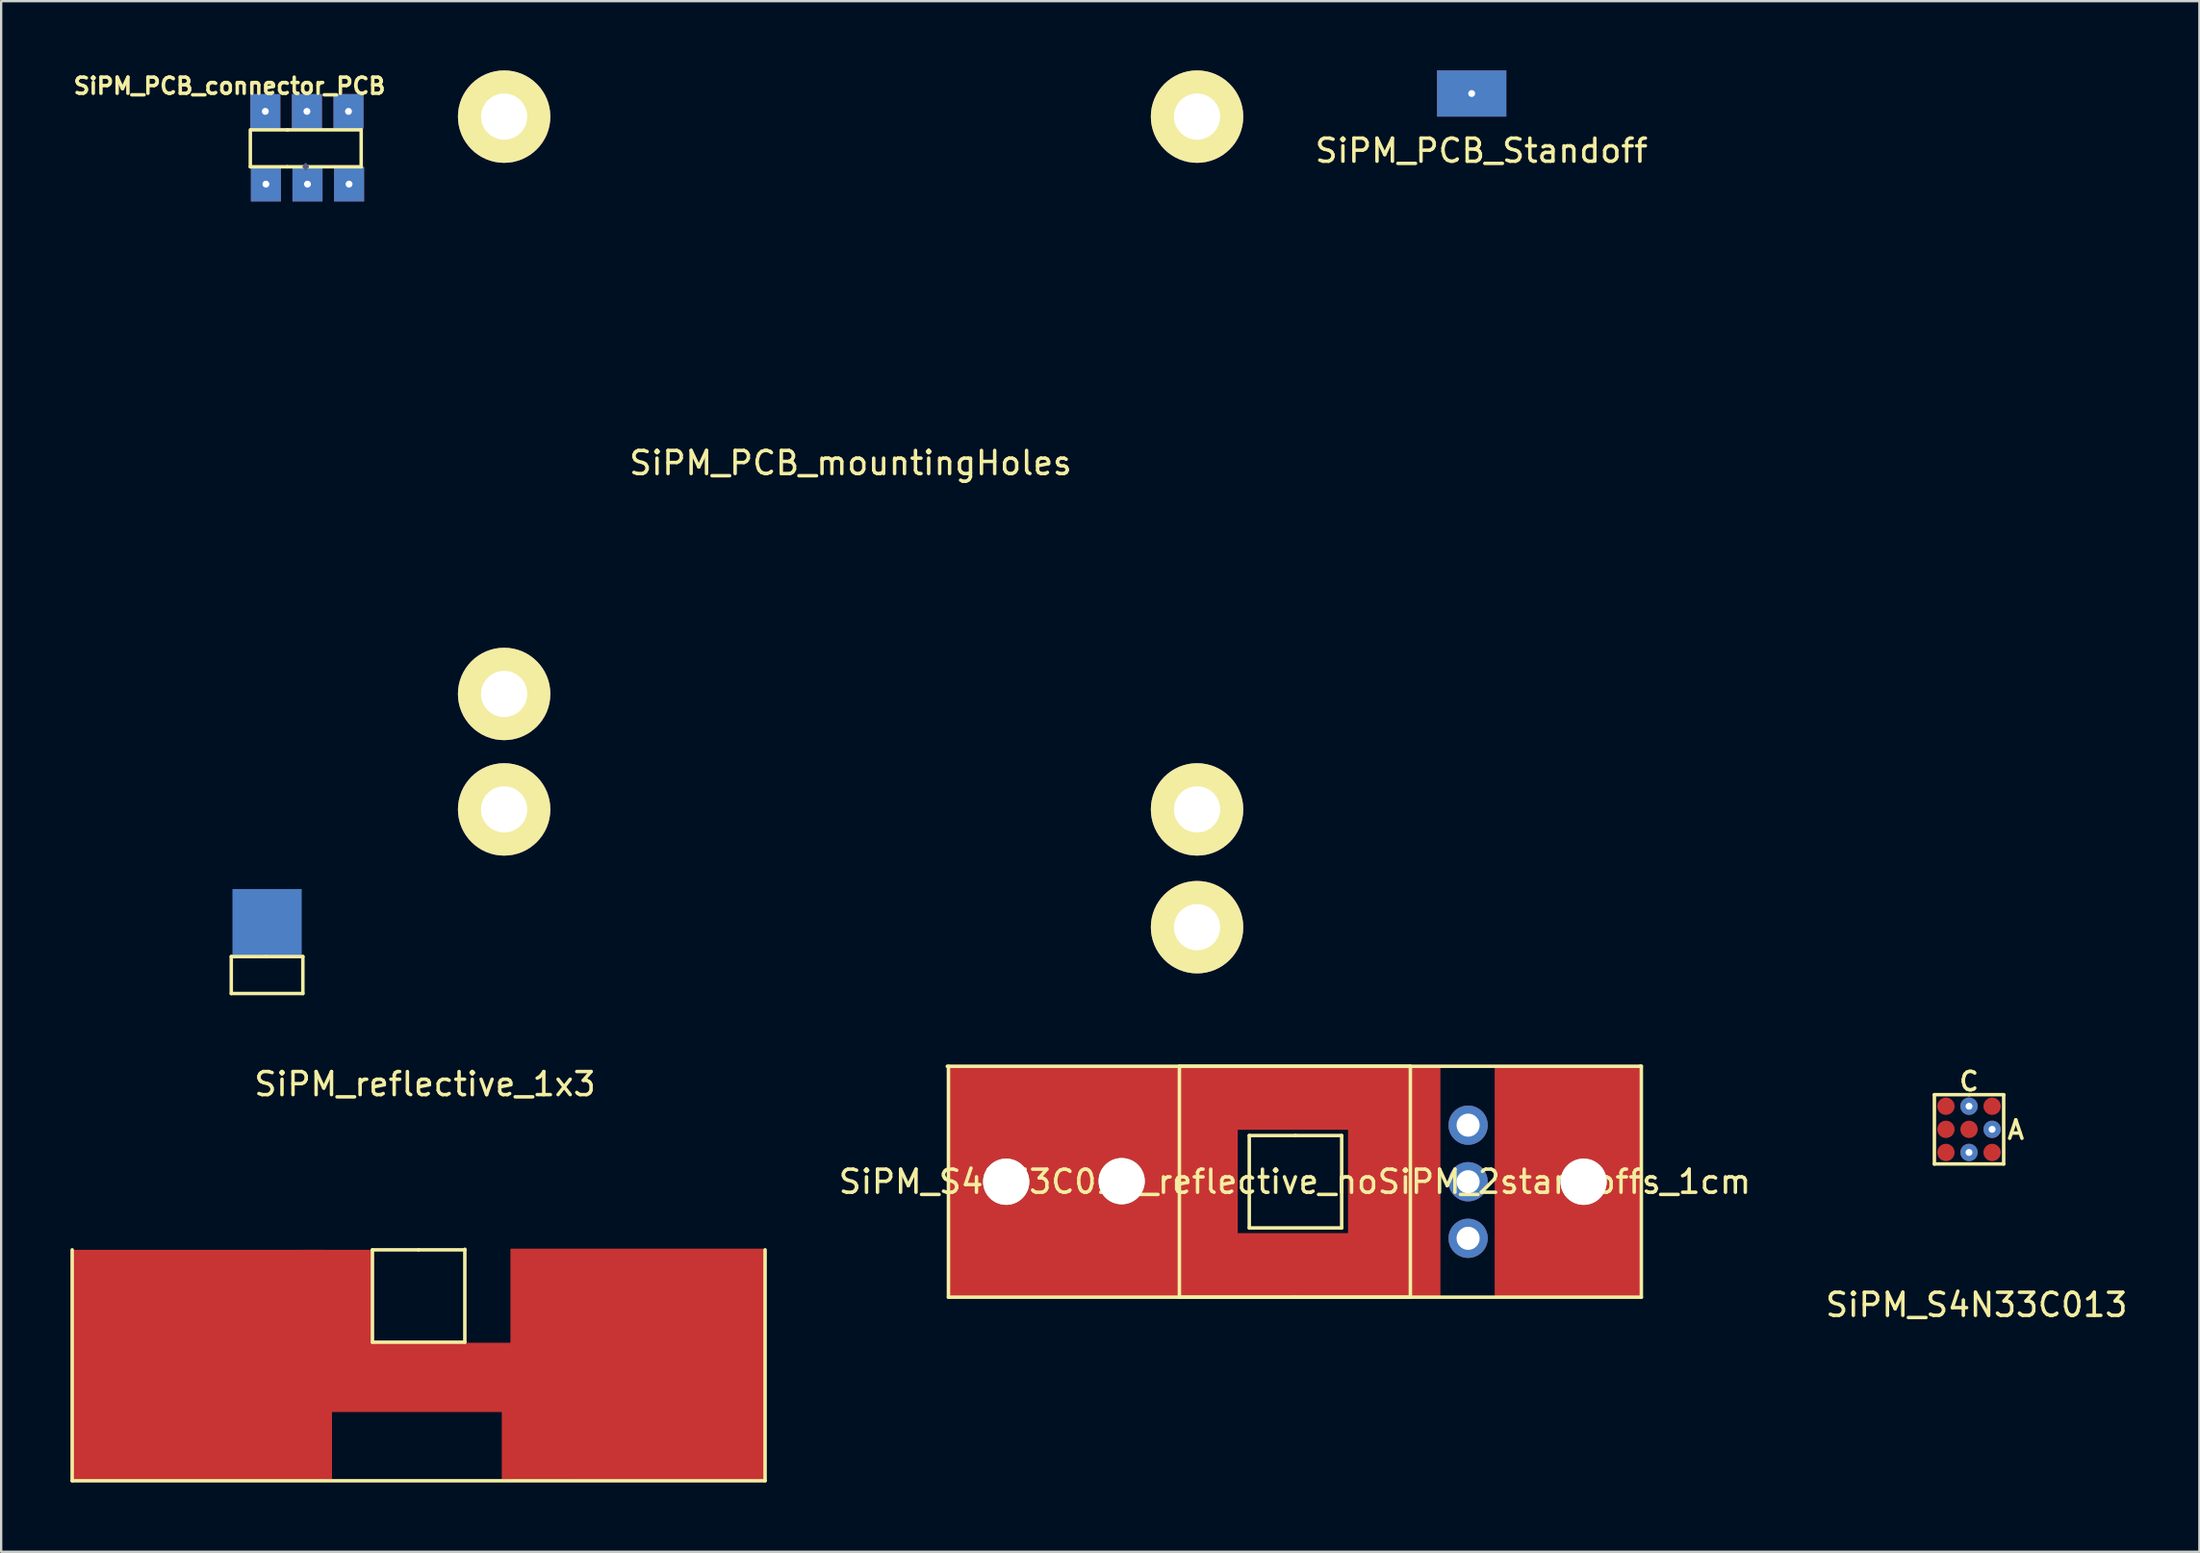
<source format=kicad_pcb>
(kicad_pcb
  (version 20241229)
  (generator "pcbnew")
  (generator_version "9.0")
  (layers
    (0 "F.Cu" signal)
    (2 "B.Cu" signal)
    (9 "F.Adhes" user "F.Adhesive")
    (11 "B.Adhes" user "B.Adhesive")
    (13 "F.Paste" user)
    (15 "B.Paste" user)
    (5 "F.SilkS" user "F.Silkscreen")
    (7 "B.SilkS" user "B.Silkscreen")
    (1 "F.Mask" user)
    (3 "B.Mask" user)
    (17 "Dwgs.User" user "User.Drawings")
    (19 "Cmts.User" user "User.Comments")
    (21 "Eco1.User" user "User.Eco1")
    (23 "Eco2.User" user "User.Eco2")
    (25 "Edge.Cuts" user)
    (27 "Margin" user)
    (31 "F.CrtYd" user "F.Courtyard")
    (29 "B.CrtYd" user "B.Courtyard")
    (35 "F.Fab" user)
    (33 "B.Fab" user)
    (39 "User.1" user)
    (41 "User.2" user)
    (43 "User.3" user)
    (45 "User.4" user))
  (footprint "SiPM_S4N33C013"
    (layer "F.Cu")
    (at 82.2 45.854)
    (property "Reference" "SiPM_S4N33C013" (at 0.325 7.6 0) (layer "F.SilkS") (effects (font (size 1 1) (thickness 0.15))))
    (attr smd)
    (fp_line (start -1.5 -1.5) (end 0 -1.5) (stroke (width 0.15) (type solid)) (layer "F.SilkS"))
    (fp_line (start -1.5 1.5) (end -1.5 -1.5) (stroke (width 0.15) (type solid)) (layer "F.SilkS"))
    (fp_line (start 0 -1.5) (end 1.5 -1.5) (stroke (width 0.15) (type solid)) (layer "F.SilkS"))
    (fp_line (start 1.5 -1.5) (end 1.5 1.5) (stroke (width 0.15) (type solid)) (layer "F.SilkS"))
    (fp_line (start 1.5 1.5) (end -1.5 1.5) (stroke (width 0.15) (type solid)) (layer "F.SilkS"))
    (fp_text user "C" (at 0 -2.075 0) (layer "F.SilkS") (effects (font (size 0.8 0.8) (thickness 0.15))))
    (fp_text user "A" (at 2.025 0.025 0) (layer "F.SilkS") (effects (font (size 0.8 0.8) (thickness 0.15))))
    (pad "" smd circle (at -1 -1) (size 0.75 0.75) (layers "F.Cu" "F.Mask" "F.Paste"))
    (pad "" smd circle (at -1 1) (size 0.75 0.75) (layers "F.Cu" "F.Mask" "F.Paste"))
    (pad "" smd circle (at 0 0) (size 0.75 0.75) (layers "F.Cu" "F.Mask" "F.Paste"))
    (pad "" smd circle (at 1 -1) (size 0.75 0.75) (layers "F.Cu" "F.Mask" "F.Paste"))
    (pad "" smd circle (at 1 1) (size 0.75 0.75) (layers "F.Cu" "F.Mask" "F.Paste"))
    (pad "1" thru_hole circle (at 1 0) (size 0.75 0.75) (drill 0.3) (layers "*.Cu" "*.Mask"))
    (pad "2" thru_hole circle (at 0 1) (size 0.75 0.75) (drill 0.3) (layers "*.Cu" "*.Mask"))
    (pad "3" thru_hole circle (at 0 -1) (size 0.75 0.75) (drill 0.3) (layers "*.Cu" "*.Mask"))
    (pad "4" smd circle (at -1 0) (size 0.75 0.75) (layers "F.Cu" "F.Mask" "F.Paste")))
  (footprint "SiPM_S4N33C013_reflective_noSiPM_2standoffs_1cm"
    (layer "F.Cu")
    (at 53.013 48.123)
    (property "Reference" "SiPM_S4N33C013_reflective_noSiPM_2standoffs_1cm" (at 0 0 0) (layer "F.SilkS") (effects (font (size 1 1) (thickness 0.15))))
    (attr through_hole)
    (fp_line (start -15 -0.025) (end -15 -5) (stroke (width 0.15) (type solid)) (layer "F.SilkS"))
    (fp_line (start -15 -0.025) (end -15 5) (stroke (width 0.15) (type solid)) (layer "F.SilkS"))
    (fp_line (start -15 5) (end 15 5) (stroke (width 0.15) (type solid)) (layer "F.SilkS"))
    (fp_line (start -5 -5) (end -5 5) (stroke (width 0.15) (type solid)) (layer "F.SilkS"))
    (fp_line (start -5 5) (end 0 5) (stroke (width 0.15) (type solid)) (layer "F.SilkS"))
    (fp_line (start -1.975 -2) (end 0.025 -2) (stroke (width 0.15) (type solid)) (layer "F.SilkS"))
    (fp_line (start -1.975 2) (end -1.975 -2) (stroke (width 0.15) (type solid)) (layer "F.SilkS"))
    (fp_line (start 0 5) (end 5 5) (stroke (width 0.15) (type solid)) (layer "F.SilkS"))
    (fp_line (start 0.025 -2) (end 2.025 -2) (stroke (width 0.15) (type solid)) (layer "F.SilkS"))
    (fp_line (start 2.025 -2) (end 2.025 2) (stroke (width 0.15) (type solid)) (layer "F.SilkS"))
    (fp_line (start 2.025 2) (end -1.975 2) (stroke (width 0.15) (type solid)) (layer "F.SilkS"))
    (fp_line (start 5 -5) (end -5 -5) (stroke (width 0.15) (type solid)) (layer "F.SilkS"))
    (fp_line (start 5 5) (end 5 -5) (stroke (width 0.15) (type solid)) (layer "F.SilkS"))
    (fp_line (start 14.95 -5) (end -15.05 -5) (stroke (width 0.15) (type solid)) (layer "F.SilkS"))
    (fp_line (start 15 -5) (end 14.95 -5) (stroke (width 0.15) (type solid)) (layer "F.SilkS"))
    (fp_line (start 15 5) (end 15 -5) (stroke (width 0.15) (type solid)) (layer "F.SilkS"))
    (pad "1" thru_hole circle (at -12.5 0) (size 2 2) (drill 2) (layers "*.Cu" "*.Mask" "F.SilkS"))
    (pad "1" smd rect (at -8.725 0) (size 12.5 10) (layers "F.Cu" "F.Mask" "F.Paste"))
    (pad "1" thru_hole circle (at -7.5 -0.025) (size 2 2) (drill 2) (layers "*.Cu" "*.Mask" "F.SilkS"))
    (pad "1" smd rect (at -0.05 -3.625) (size 5 2.75) (layers "F.Cu" "F.Mask" "F.Paste"))
    (pad "1" smd rect (at 0 3.6) (size 5 2.75) (layers "F.Cu" "F.Mask" "F.Paste"))
    (pad "1" smd rect (at 4.3 0) (size 4 10) (layers "F.Cu" "F.Mask" "F.Paste"))
    (pad "1" thru_hole circle (at 7.5 2.45) (size 1.7 1.7) (drill 1) (layers "*.Cu" "*.Mask"))
    (pad "1" smd rect (at 11.85 0) (size 6.4 10) (layers "F.Cu" "F.Mask" "F.Paste"))
    (pad "1" thru_hole circle (at 12.5 0) (size 2 2) (drill 2) (layers "*.Cu" "*.Mask" "F.SilkS"))
    (pad "2" thru_hole circle (at 7.5 0) (size 1.7 1.7) (drill 1) (layers "*.Cu" "*.Mask"))
    (pad "3" thru_hole circle (at 7.5 -2.45) (size 1.7 1.7) (drill 1) (layers "*.Cu" "*.Mask")))
  (footprint "SiPM_PCB_connector_PCB"
    (layer "F.Cu")
    (at 8.463 4.173)
    (property "Reference" "SiPM_PCB_connector_PCB" (at -1.575 -3.5 0) (layer "F.SilkS") (effects (font (size 0.7 0.7) (thickness 0.15))))
    (attr through_hole)
    (fp_line (start -1.5 34.2) (end -1.5 35.8) (stroke (width 0.15) (type solid)) (layer "F.SilkS"))
    (fp_line (start -1.5 35.8) (end 1.6 35.8) (stroke (width 0.15) (type solid)) (layer "F.SilkS"))
    (fp_line (start -0.675 0) (end -0.675 -1.6) (stroke (width 0.15) (type solid)) (layer "F.SilkS"))
    (fp_line (start -0.65 -1.6) (end 0.95 -1.6) (stroke (width 0.15) (type solid)) (layer "F.SilkS"))
    (fp_line (start 0 34.2) (end -1.5 34.2) (stroke (width 0.15) (type solid)) (layer "F.SilkS"))
    (fp_line (start 0.925 0) (end -0.675 0) (stroke (width 0.15) (type solid)) (layer "F.SilkS"))
    (fp_line (start 0.925 0) (end 4.125 0) (stroke (width 0.15) (type solid)) (layer "F.SilkS"))
    (fp_line (start 1.6 34.2) (end 0 34.2) (stroke (width 0.15) (type solid)) (layer "F.SilkS"))
    (fp_line (start 1.6 35.8) (end 1.6 34.2) (stroke (width 0.15) (type solid)) (layer "F.SilkS"))
    (fp_line (start 4.125 -1.6) (end 0.925 -1.6) (stroke (width 0.15) (type solid)) (layer "F.SilkS"))
    (fp_line (start 4.125 0) (end 4.125 -1.6) (stroke (width 0.15) (type solid)) (layer "F.SilkS"))
    (fp_line (start 1.65 0) (end 1.725 0) (stroke (width 0.12) (type solid)) (layer "B.Fab"))
    (fp_line (start 1.675 0) (end 1.7 0) (stroke (width 0.12) (type solid)) (layer "B.Fab"))
    (fp_line (start 1.7 0) (end 1.65 0) (stroke (width 0.12) (type solid)) (layer "B.Fab"))
    (fp_line (start 1.725 -0.1) (end 1.725 0) (stroke (width 0.12) (type solid)) (layer "B.Fab"))
    (fp_line (start 1.725 0) (end 1.675 0) (stroke (width 0.12) (type solid)) (layer "B.Fab"))
    (fp_line (start 1.725 0) (end 1.725 -0.1) (stroke (width 0.12) (type solid)) (layer "B.Fab"))
    (fp_line (start 1.725 0) (end 1.725 0.1) (stroke (width 0.12) (type solid)) (layer "B.Fab"))
    (fp_line (start 1.725 0) (end 1.75 0) (stroke (width 0.12) (type solid)) (layer "B.Fab"))
    (fp_line (start 1.725 0) (end 1.8 0) (stroke (width 0.12) (type solid)) (layer "B.Fab"))
    (fp_line (start 1.75 0) (end 1.725 0) (stroke (width 0.12) (type solid)) (layer "B.Fab"))
    (fp_line (start 1.8 0) (end 1.725 0) (stroke (width 0.12) (type solid)) (layer "B.Fab"))
    (pad "1" thru_hole rect (at -0.025 -2.4 90) (size 1.5 1.3) (drill 0.3) (layers "*.Cu" "*.Mask"))
    (pad "1" thru_hole rect (at 0 0.75 90) (size 1.5 1.3) (drill 0.3) (layers "*.Cu" "*.Mask"))
    (pad "2" thru_hole rect (at 1.775 -2.4 90) (size 1.5 1.3) (drill 0.3) (layers "*.Cu" "*.Mask"))
    (pad "2" thru_hole rect (at 1.8 0.75 90) (size 1.5 1.3) (drill 0.3) (layers "*.Cu" "*.Mask"))
    (pad "3" thru_hole rect (at 3.575 -2.4 90) (size 1.5 1.3) (drill 0.3) (layers "*.Cu" "*.Mask"))
    (pad "3" thru_hole rect (at 3.6 0.75 90) (size 1.5 1.3) (drill 0.3) (layers "*.Cu" "*.Mask"))
    (pad "4" smd rect (at 0.05 32.775 90) (size 3 3) (layers "B.Cu" "B.Mask" "B.Paste")))
  (footprint "SiPM_PCB_Standoff"
    (layer "F.Cu")
    (at 60.667 5.95)
    (property "Reference" "SiPM_PCB_Standoff" (at 0.425 -2.475 0) (layer "F.SilkS") (effects (font (size 1 1) (thickness 0.15))))
    (attr through_hole)
    (pad "1" thru_hole rect (at 0 -4.95) (size 3 2) (drill 0.3) (layers "*.Cu" "*.Mask")))
  (footprint "SiPM_reflective_1x3"
    (layer "F.Cu")
    (at 15.075 51.071)
    (property "Reference" "SiPM_reflective_1x3" (at 0.275 -7.175 0) (layer "F.SilkS") (effects (font (size 1 1) (thickness 0.15))))
    (attr through_hole)
    (fp_line (start -15 0) (end -15 10) (stroke (width 0.15) (type solid)) (layer "F.SilkS"))
    (fp_line (start -15 10) (end 15 10) (stroke (width 0.15) (type solid)) (layer "F.SilkS"))
    (fp_line (start -2 0) (end -2 4) (stroke (width 0.15) (type solid)) (layer "F.SilkS"))
    (fp_line (start -2 4) (end 2 4) (stroke (width 0.15) (type solid)) (layer "F.SilkS"))
    (fp_line (start 0 0) (end -2 0) (stroke (width 0.15) (type solid)) (layer "F.SilkS"))
    (fp_line (start 0 0) (end 2 0) (stroke (width 0.15) (type solid)) (layer "F.SilkS"))
    (fp_line (start 2 4) (end 2 -0.025) (stroke (width 0.15) (type solid)) (layer "F.SilkS"))
    (fp_line (start 15 10) (end 15 0) (stroke (width 0.15) (type solid)) (layer "F.SilkS"))
    (pad "1" smd rect (at -9.525 5) (size 11 10) (layers "F.Cu" "F.Mask" "F.Paste"))
    (pad "1" smd rect (at -5.25 7.925) (size 3 4) (layers "F.Cu" "F.Mask" "F.Paste"))
    (pad "1" smd rect (at -3.525 2) (size 3 4) (layers "F.Cu" "F.Mask" "F.Paste"))
    (pad "1" smd rect (at -3.525 2.1) (size 3 4) (layers "F.Cu" "F.Mask" "F.Paste"))
    (pad "1" smd rect (at 0.875 5.525) (size 13 3) (layers "F.Cu" "F.Mask" "F.Paste"))
    (pad "1" smd rect (at 5.1 7.925) (size 3 4) (layers "F.Cu" "F.Mask" "F.Paste"))
    (pad "1" smd rect (at 9.475 4.95) (size 11 10) (layers "F.Cu" "F.Mask" "F.Paste")))
  (footprint "SiPM_PCB_mountingHoles"
    (layer "F.Cu")
    (at 33.777 17)
    (property "Reference" "SiPM_PCB_mountingHoles" (at 0 0 0) (layer "F.SilkS") (effects (font (size 1 1) (thickness 0.15))))
    (attr through_hole)
    (pad "1" thru_hole circle (at -15 -15) (size 4 4) (drill 2) (layers "*.Cu" "*.Mask" "F.SilkS"))
    (pad "1" thru_hole circle (at -15 10) (size 4 4) (drill 2) (layers "*.Cu" "*.Mask" "F.SilkS"))
    (pad "1" thru_hole circle (at -15 15) (size 4 4) (drill 2) (layers "*.Cu" "*.Mask" "F.SilkS"))
    (pad "1" thru_hole circle (at 15 -15) (size 4 4) (drill 2) (layers "*.Cu" "*.Mask" "F.SilkS"))
    (pad "1" thru_hole circle (at 15 15) (size 4 4) (drill 2) (layers "*.Cu" "*.Mask" "F.SilkS"))
    (pad "1" thru_hole circle (at 15 20.1) (size 4 4) (drill 2) (layers "*.Cu" "*.Mask" "F.SilkS")))
  (gr_rect
    (start -3 -3)
    (end 92.174 64.146)
    (stroke (width 0.1) (type default))
    (fill no)
    (layer "Edge.Cuts")))
</source>
